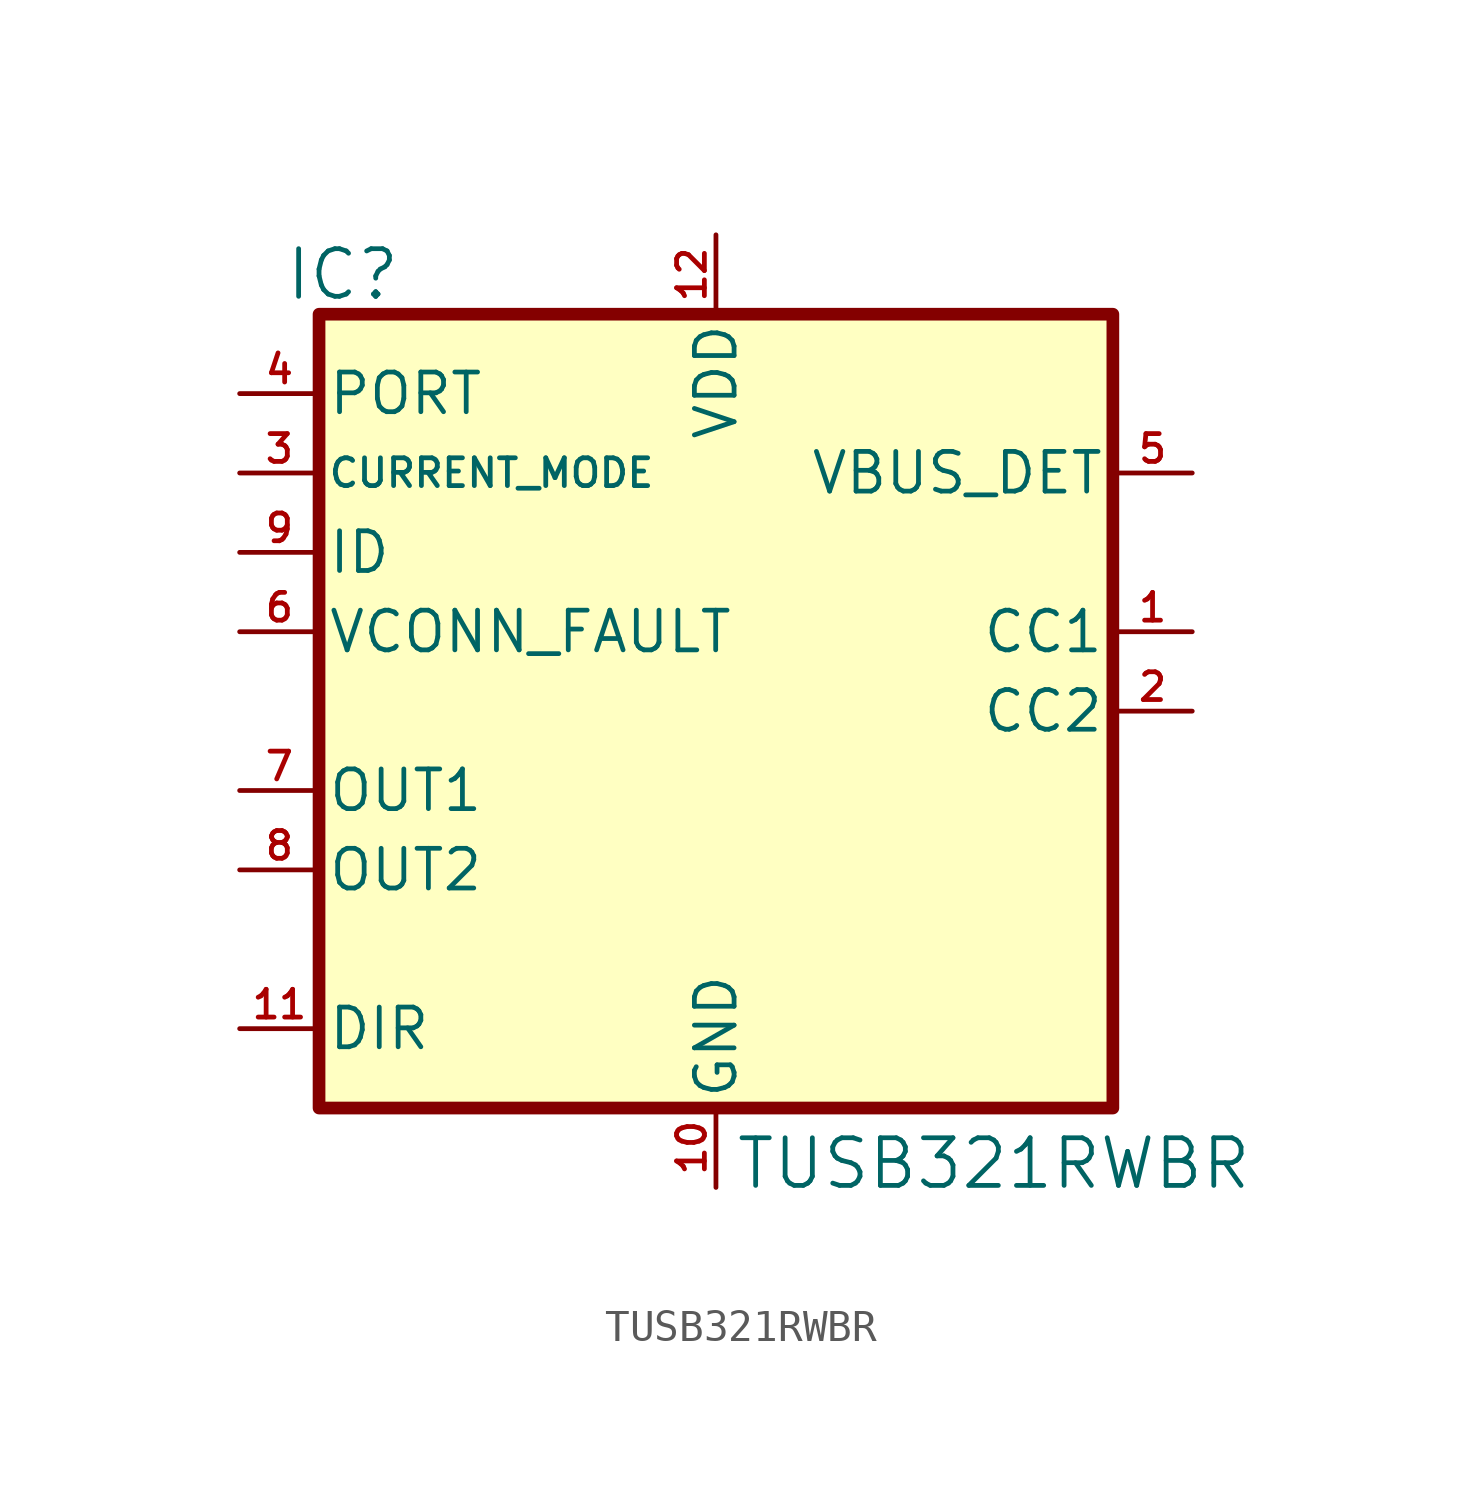
<source format=kicad_sym>
(kicad_symbol_lib
  (version 20220914)
  (generator kicad_symbol_editor)
  (symbol "TUSB321RWBR"
    (pin_names
      (offset 0.254))
    (property "Reference" "IC"
      (at -11.938 13.97 0)
      (effects (font (size 1.524 1.524))))
    (property "Value" "TUSB321RWBR"
      (at 8.89 -14.478 0)
      (effects (font (size 1.524 1.524))))
    (symbol "TUSB321RWBR_1_1"
      (rectangle (start -12.7 12.7) (end 12.7 -12.7) (stroke (width 0.406) (type default)) (fill (type background)))
      (pin bidirectional line (at 15.24 2.54 180) (length 2.54) (name "CC1" (effects (font (size 1.27 1.27)))) (number "1" (effects (font (size 0.889 0.889)))))
      (pin power_in line (at 0 -15.24 90) (length 2.54) (name "GND" (effects (font (size 1.27 1.27)))) (number "10" (effects (font (size 0.889 0.889)))))
      (pin open_collector line (at -15.24 -10.16 0) (length 2.54) (name "DIR" (effects (font (size 1.27 1.27)))) (number "11" (effects (font (size 0.889 0.889)))))
      (pin power_in line (at 0 15.24 270) (length 2.54) (name "VDD" (effects (font (size 1.27 1.27)))) (number "12" (effects (font (size 0.889 0.889)))))
      (pin bidirectional line (at 15.24 0 180) (length 2.54) (name "CC2" (effects (font (size 1.27 1.27)))) (number "2" (effects (font (size 0.889 0.889)))))
      (pin input line (at -15.24 7.62 0) (length 2.54) (name "CURRENT_MODE" (effects (font (size 0.889 0.889)))) (number "3" (effects (font (size 0.889 0.889)))))
      (pin input line (at -15.24 10.16 0) (length 2.54) (name "PORT" (effects (font (size 1.27 1.27)))) (number "4" (effects (font (size 0.889 0.889)))))
      (pin input line (at 15.24 7.62 180) (length 2.54) (name "VBUS_DET" (effects (font (size 1.27 1.27)))) (number "5" (effects (font (size 0.889 0.889)))))
      (pin open_collector line (at -15.24 2.54 0) (length 2.54) (name "VCONN_FAULT" (effects (font (size 1.27 1.27)))) (number "6" (effects (font (size 0.889 0.889)))))
      (pin open_collector line (at -15.24 -2.54 0) (length 2.54) (name "OUT1" (effects (font (size 1.27 1.27)))) (number "7" (effects (font (size 0.889 0.889)))))
      (pin open_collector line (at -15.24 -5.08 0) (length 2.54) (name "OUT2" (effects (font (size 1.27 1.27)))) (number "8" (effects (font (size 0.889 0.889)))))
      (pin open_collector line (at -15.24 5.08 0) (length 2.54) (name "ID" (effects (font (size 1.27 1.27)))) (number "9" (effects (font (size 0.889 0.889))))))))
</source>
